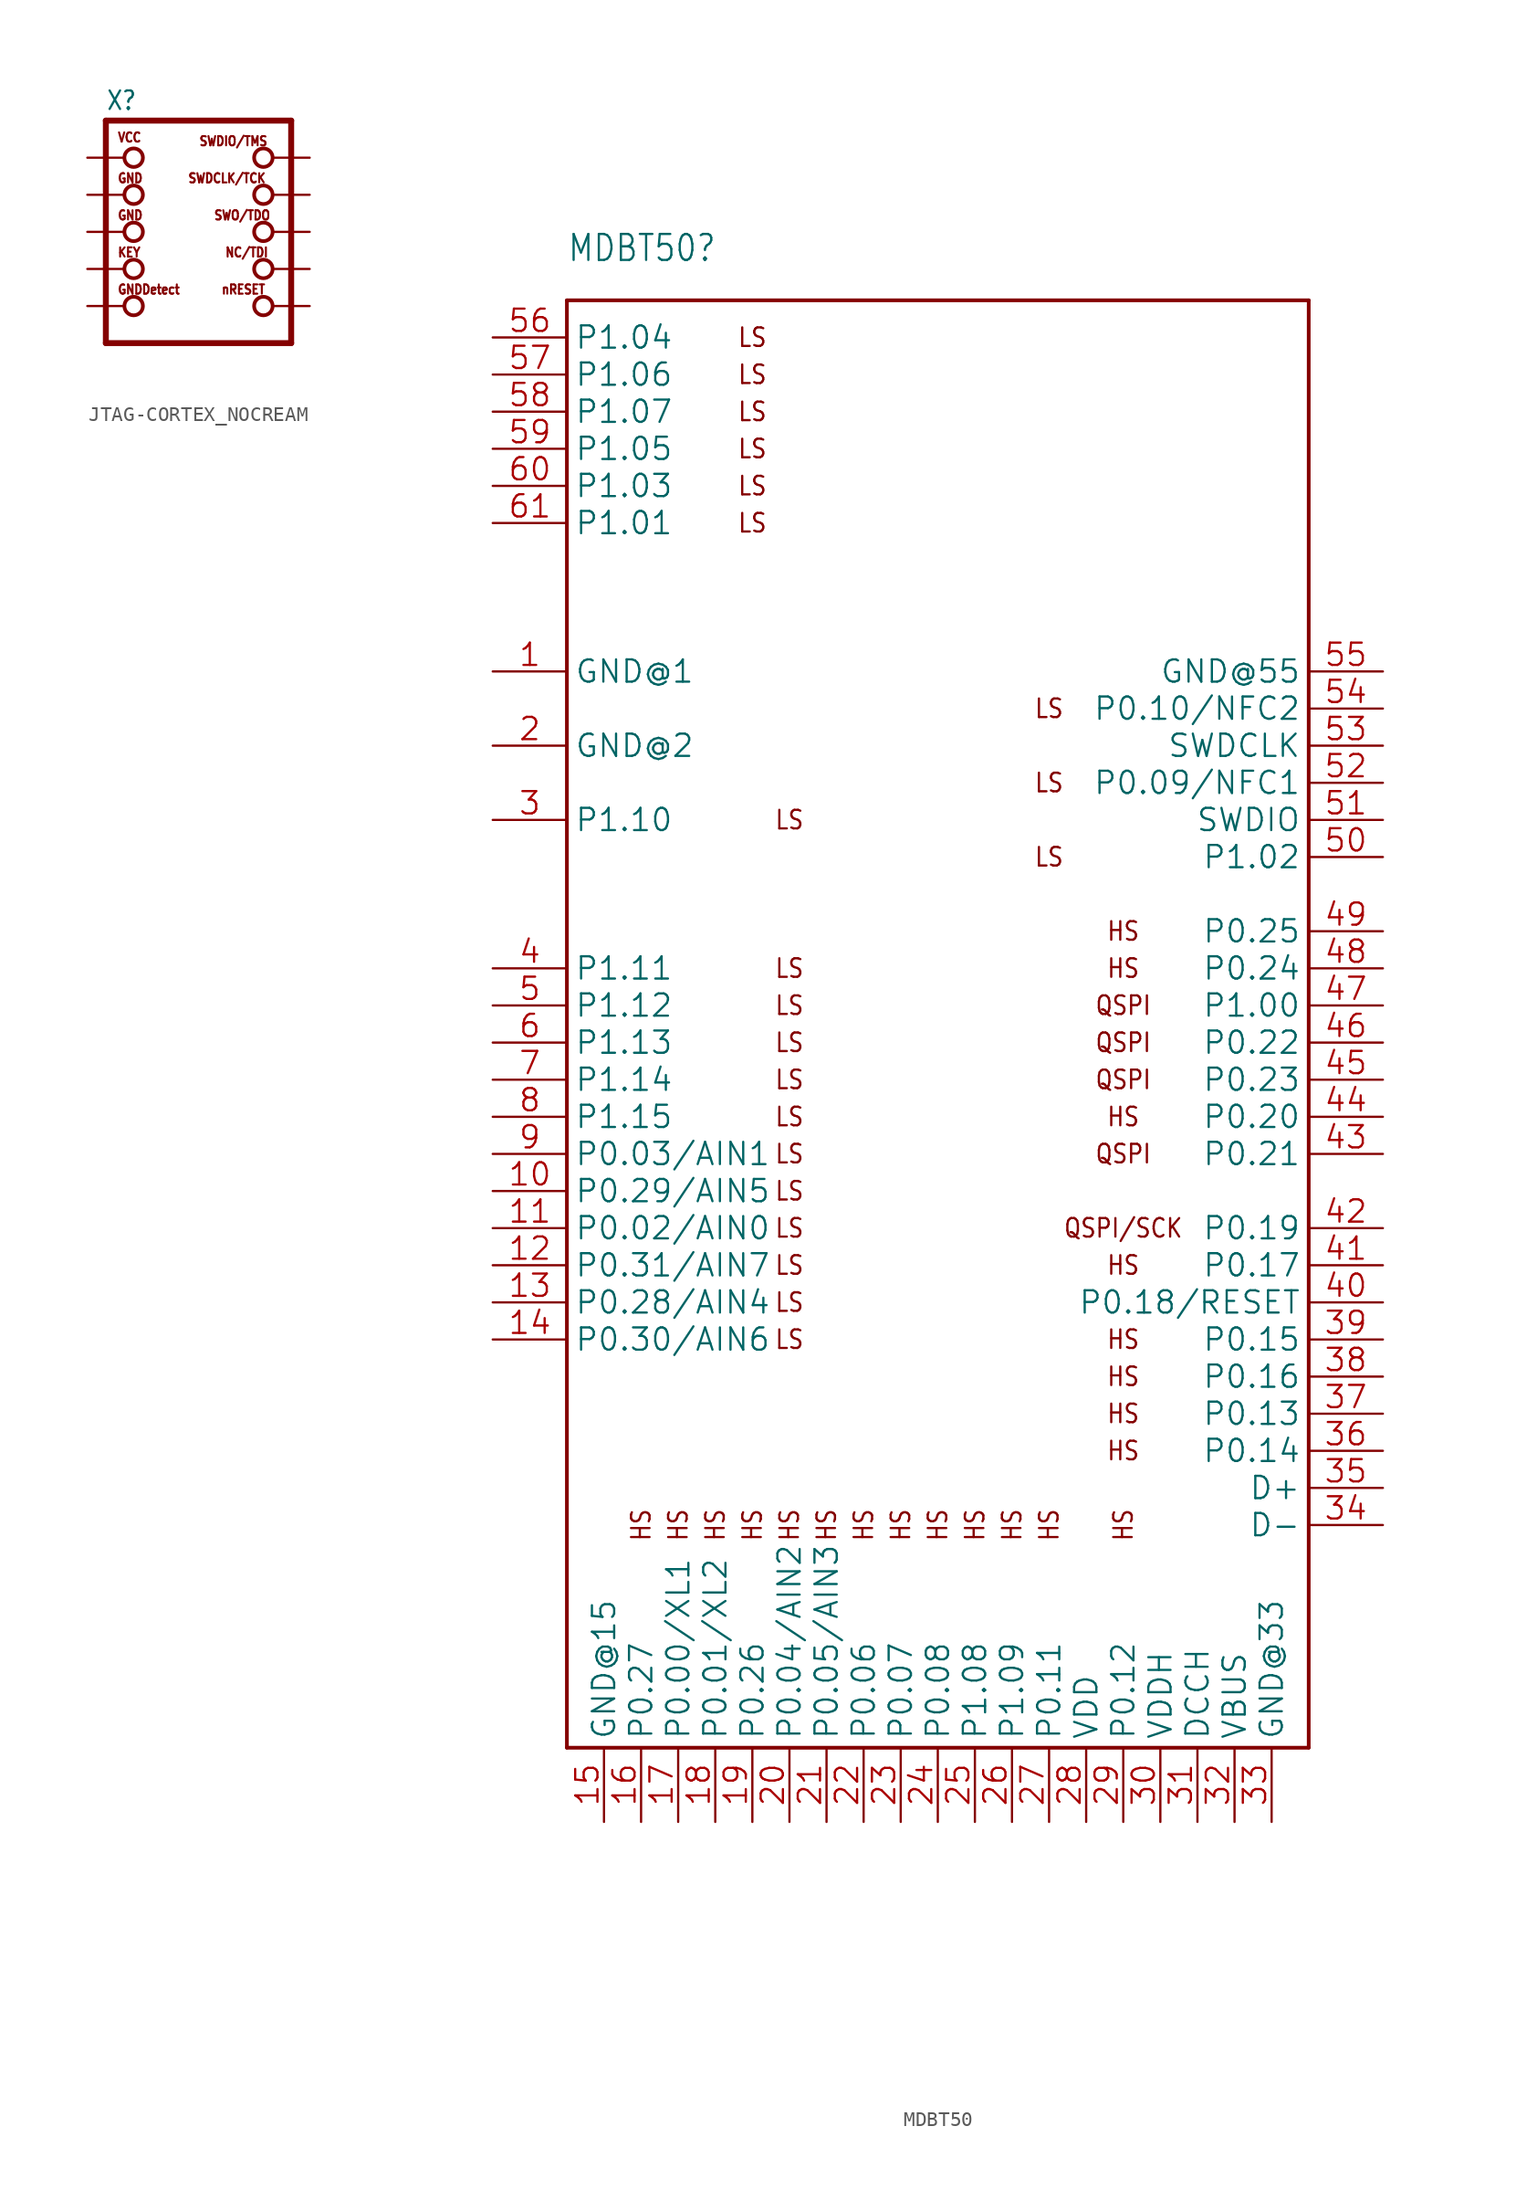
<source format=kicad_sym>
(kicad_symbol_lib
  (version 20241209)
  (generator "kicad_symbol_editor")
  (generator_version "9.0")
  (symbol "JTAG-CORTEX_NOCREAM"
    (property "Reference" "X"
      (at -6.35 8.255 0)
      (effects (font (size 1.27 1.079)) (justify left bottom)))
    (property "Value" ""
      (at -6.35 -9.525 0)
      (effects (font (size 1.27 1.079)) (justify left bottom)))
    (property "ki_locked" ""
      (at 0 0 0)
      (effects (font (size 1.27 1.27))))
    (symbol "JTAG-CORTEX_NOCREAM_1_0"
      (polyline (pts (xy -6.35 7.62) (xy -6.35 -7.62)) (stroke (width 0.406) (type solid)) (fill (type none)))
      (polyline (pts (xy -6.35 7.62) (xy 6.35 7.62)) (stroke (width 0.406) (type solid)) (fill (type none)))
      (circle (center -4.445 5.08) (radius 0.635) (stroke (width 0.254) (type solid)) (fill (type none)))
      (circle (center -4.445 2.54) (radius 0.635) (stroke (width 0.254) (type solid)) (fill (type none)))
      (circle (center -4.445 0) (radius 0.635) (stroke (width 0.254) (type solid)) (fill (type none)))
      (circle (center -4.445 -2.54) (radius 0.635) (stroke (width 0.254) (type solid)) (fill (type none)))
      (circle (center -4.445 -5.08) (radius 0.635) (stroke (width 0.254) (type solid)) (fill (type none)))
      (circle (center 4.445 5.08) (radius 0.635) (stroke (width 0.254) (type solid)) (fill (type none)))
      (circle (center 4.445 2.54) (radius 0.635) (stroke (width 0.254) (type solid)) (fill (type none)))
      (circle (center 4.445 0) (radius 0.635) (stroke (width 0.254) (type solid)) (fill (type none)))
      (circle (center 4.445 -2.54) (radius 0.635) (stroke (width 0.254) (type solid)) (fill (type none)))
      (circle (center 4.445 -5.08) (radius 0.635) (stroke (width 0.254) (type solid)) (fill (type none)))
      (polyline (pts (xy 6.35 -7.62) (xy -6.35 -7.62)) (stroke (width 0.406) (type solid)) (fill (type none)))
      (polyline (pts (xy 6.35 -7.62) (xy 6.35 7.62)) (stroke (width 0.406) (type solid)) (fill (type none)))
      (text "VCC" (at -5.588 6.096 0) (effects (font (size 0.635 0.54)) (justify left bottom)))
      (text "GND" (at -5.588 3.302 0) (effects (font (size 0.635 0.54)) (justify left bottom)))
      (text "GND" (at -5.588 0.762 0) (effects (font (size 0.635 0.54)) (justify left bottom)))
      (text "KEY" (at -5.588 -1.778 0) (effects (font (size 0.635 0.54)) (justify left bottom)))
      (text "GNDDetect" (at -5.588 -4.318 0) (effects (font (size 0.635 0.54)) (justify left bottom)))
      (text "SWDCLK/TCK" (at -0.762 3.302 0) (effects (font (size 0.635 0.54)) (justify left bottom)))
      (text "SWDIO/TMS" (at 0 5.842 0) (effects (font (size 0.635 0.54)) (justify left bottom)))
      (text "SWO/TDO" (at 1.016 0.762 0) (effects (font (size 0.635 0.54)) (justify left bottom)))
      (text "nRESET" (at 1.524 -4.318 0) (effects (font (size 0.635 0.54)) (justify left bottom)))
      (text "NC/TDI" (at 1.778 -1.778 0) (effects (font (size 0.635 0.54)) (justify left bottom)))
      (pin power_in line (at -7.62 5.08 0) (length 2.54) (name "VCC" (effects (font (size 0 0)))) (number "1" (effects (font (size 0 0)))))
      (pin power_in line (at -7.62 2.54 0) (length 2.54) (name "GND@1" (effects (font (size 0 0)))) (number "3" (effects (font (size 0 0)))))
      (pin power_in line (at -7.62 0 0) (length 2.54) (name "GND@2" (effects (font (size 0 0)))) (number "5" (effects (font (size 0 0)))))
      (pin bidirectional line (at -7.62 -2.54 0) (length 2.54) (name "KEY" (effects (font (size 0 0)))) (number "7" (effects (font (size 0 0)))))
      (pin bidirectional line (at -7.62 -5.08 0) (length 2.54) (name "GNDDETECT" (effects (font (size 0 0)))) (number "9" (effects (font (size 0 0)))))
      (pin bidirectional line (at 7.62 5.08 180) (length 2.54) (name "SWDIO" (effects (font (size 0 0)))) (number "2" (effects (font (size 0 0)))))
      (pin bidirectional line (at 7.62 2.54 180) (length 2.54) (name "SWDCLK" (effects (font (size 0 0)))) (number "4" (effects (font (size 0 0)))))
      (pin bidirectional line (at 7.62 0 180) (length 2.54) (name "SWO" (effects (font (size 0 0)))) (number "6" (effects (font (size 0 0)))))
      (pin bidirectional line (at 7.62 -2.54 180) (length 2.54) (name "TDI" (effects (font (size 0 0)))) (number "8" (effects (font (size 0 0)))))
      (pin bidirectional line (at 7.62 -5.08 180) (length 2.54) (name "NRESET" (effects (font (size 0 0)))) (number "10" (effects (font (size 0 0)))))))
  (symbol "MDBT50"
    (property "Reference" "MDBT50"
      (at -25.4 50.8 0)
      (effects (font (size 1.778 1.511)) (justify left bottom)))
    (property "Value" ""
      (at -25.4 -63.5 0)
      (effects (font (size 1.778 1.511)) (justify left bottom)))
    (property "ki_locked" ""
      (at 0 0 0)
      (effects (font (size 1.27 1.27))))
    (symbol "MDBT50_1_0"
      (polyline (pts (xy -25.4 48.26) (xy -25.4 -50.8)) (stroke (width 0.254) (type solid)) (fill (type none)))
      (polyline (pts (xy -25.4 -50.8) (xy 25.4 -50.8)) (stroke (width 0.254) (type solid)) (fill (type none)))
      (polyline (pts (xy 25.4 48.26) (xy -25.4 48.26)) (stroke (width 0.254) (type solid)) (fill (type none)))
      (polyline (pts (xy 25.4 -50.8) (xy 25.4 48.26)) (stroke (width 0.254) (type solid)) (fill (type none)))
      (text "HS" (at -20.32 -35.56 900) (effects (font (size 1.27 1.079))))
      (text "HS" (at -17.78 -35.56 900) (effects (font (size 1.27 1.079))))
      (text "HS" (at -15.24 -35.56 900) (effects (font (size 1.27 1.079))))
      (text "LS" (at -12.7 45.72 0) (effects (font (size 1.27 1.079))))
      (text "LS" (at -12.7 43.18 0) (effects (font (size 1.27 1.079))))
      (text "LS" (at -12.7 40.64 0) (effects (font (size 1.27 1.079))))
      (text "LS" (at -12.7 38.1 0) (effects (font (size 1.27 1.079))))
      (text "LS" (at -12.7 35.56 0) (effects (font (size 1.27 1.079))))
      (text "LS" (at -12.7 33.02 0) (effects (font (size 1.27 1.079))))
      (text "HS" (at -12.7 -35.56 900) (effects (font (size 1.27 1.079))))
      (text "LS" (at -10.16 12.7 0) (effects (font (size 1.27 1.079))))
      (text "LS" (at -10.16 2.54 0) (effects (font (size 1.27 1.079))))
      (text "LS" (at -10.16 0 0) (effects (font (size 1.27 1.079))))
      (text "LS" (at -10.16 -2.54 0) (effects (font (size 1.27 1.079))))
      (text "LS" (at -10.16 -5.08 0) (effects (font (size 1.27 1.079))))
      (text "LS" (at -10.16 -7.62 0) (effects (font (size 1.27 1.079))))
      (text "LS" (at -10.16 -10.16 0) (effects (font (size 1.27 1.079))))
      (text "LS" (at -10.16 -12.7 0) (effects (font (size 1.27 1.079))))
      (text "LS" (at -10.16 -15.24 0) (effects (font (size 1.27 1.079))))
      (text "LS" (at -10.16 -17.78 0) (effects (font (size 1.27 1.079))))
      (text "LS" (at -10.16 -20.32 0) (effects (font (size 1.27 1.079))))
      (text "LS" (at -10.16 -22.86 0) (effects (font (size 1.27 1.079))))
      (text "HS" (at -10.16 -35.56 900) (effects (font (size 1.27 1.079))))
      (text "HS" (at -7.62 -35.56 900) (effects (font (size 1.27 1.079))))
      (text "HS" (at -5.08 -35.56 900) (effects (font (size 1.27 1.079))))
      (text "HS" (at -2.54 -35.56 900) (effects (font (size 1.27 1.079))))
      (text "HS" (at 0 -35.56 900) (effects (font (size 1.27 1.079))))
      (text "HS" (at 2.54 -35.56 900) (effects (font (size 1.27 1.079))))
      (text "HS" (at 5.08 -35.56 900) (effects (font (size 1.27 1.079))))
      (text "LS" (at 7.62 20.32 0) (effects (font (size 1.27 1.079))))
      (text "LS" (at 7.62 15.24 0) (effects (font (size 1.27 1.079))))
      (text "LS" (at 7.62 10.16 0) (effects (font (size 1.27 1.079))))
      (text "HS" (at 7.62 -35.56 900) (effects (font (size 1.27 1.079))))
      (text "HS" (at 12.7 5.08 0) (effects (font (size 1.27 1.079))))
      (text "HS" (at 12.7 2.54 0) (effects (font (size 1.27 1.079))))
      (text "QSPI" (at 12.7 0 0) (effects (font (size 1.27 1.079))))
      (text "QSPI" (at 12.7 -2.54 0) (effects (font (size 1.27 1.079))))
      (text "QSPI" (at 12.7 -5.08 0) (effects (font (size 1.27 1.079))))
      (text "HS" (at 12.7 -7.62 0) (effects (font (size 1.27 1.079))))
      (text "QSPI" (at 12.7 -10.16 0) (effects (font (size 1.27 1.079))))
      (text "QSPI/SCK" (at 12.7 -15.24 0) (effects (font (size 1.27 1.079))))
      (text "HS" (at 12.7 -17.78 0) (effects (font (size 1.27 1.079))))
      (text "HS" (at 12.7 -22.86 0) (effects (font (size 1.27 1.079))))
      (text "HS" (at 12.7 -25.4 0) (effects (font (size 1.27 1.079))))
      (text "HS" (at 12.7 -27.94 0) (effects (font (size 1.27 1.079))))
      (text "HS" (at 12.7 -30.48 0) (effects (font (size 1.27 1.079))))
      (text "HS" (at 12.7 -35.56 900) (effects (font (size 1.27 1.079))))
      (pin bidirectional line (at -30.48 45.72 0) (length 5.08) (name "P1.04" (effects (font (size 1.524 1.524)))) (number "56" (effects (font (size 1.524 1.524)))))
      (pin bidirectional line (at -30.48 43.18 0) (length 5.08) (name "P1.06" (effects (font (size 1.524 1.524)))) (number "57" (effects (font (size 1.524 1.524)))))
      (pin bidirectional line (at -30.48 40.64 0) (length 5.08) (name "P1.07" (effects (font (size 1.524 1.524)))) (number "58" (effects (font (size 1.524 1.524)))))
      (pin bidirectional line (at -30.48 38.1 0) (length 5.08) (name "P1.05" (effects (font (size 1.524 1.524)))) (number "59" (effects (font (size 1.524 1.524)))))
      (pin bidirectional line (at -30.48 35.56 0) (length 5.08) (name "P1.03" (effects (font (size 1.524 1.524)))) (number "60" (effects (font (size 1.524 1.524)))))
      (pin bidirectional line (at -30.48 33.02 0) (length 5.08) (name "P1.01" (effects (font (size 1.524 1.524)))) (number "61" (effects (font (size 1.524 1.524)))))
      (pin bidirectional line (at -30.48 22.86 0) (length 5.08) (name "GND@1" (effects (font (size 1.524 1.524)))) (number "1" (effects (font (size 1.524 1.524)))))
      (pin bidirectional line (at -30.48 17.78 0) (length 5.08) (name "GND@2" (effects (font (size 1.524 1.524)))) (number "2" (effects (font (size 1.524 1.524)))))
      (pin bidirectional line (at -30.48 12.7 0) (length 5.08) (name "P1.10" (effects (font (size 1.524 1.524)))) (number "3" (effects (font (size 1.524 1.524)))))
      (pin bidirectional line (at -30.48 2.54 0) (length 5.08) (name "P1.11" (effects (font (size 1.524 1.524)))) (number "4" (effects (font (size 1.524 1.524)))))
      (pin bidirectional line (at -30.48 0 0) (length 5.08) (name "P1.12" (effects (font (size 1.524 1.524)))) (number "5" (effects (font (size 1.524 1.524)))))
      (pin bidirectional line (at -30.48 -2.54 0) (length 5.08) (name "P1.13" (effects (font (size 1.524 1.524)))) (number "6" (effects (font (size 1.524 1.524)))))
      (pin bidirectional line (at -30.48 -5.08 0) (length 5.08) (name "P1.14" (effects (font (size 1.524 1.524)))) (number "7" (effects (font (size 1.524 1.524)))))
      (pin bidirectional line (at -30.48 -7.62 0) (length 5.08) (name "P1.15" (effects (font (size 1.524 1.524)))) (number "8" (effects (font (size 1.524 1.524)))))
      (pin bidirectional line (at -30.48 -10.16 0) (length 5.08) (name "P0.03/AIN1" (effects (font (size 1.524 1.524)))) (number "9" (effects (font (size 1.524 1.524)))))
      (pin bidirectional line (at -30.48 -12.7 0) (length 5.08) (name "P0.29/AIN5" (effects (font (size 1.524 1.524)))) (number "10" (effects (font (size 1.524 1.524)))))
      (pin bidirectional line (at -30.48 -15.24 0) (length 5.08) (name "P0.02/AIN0" (effects (font (size 1.524 1.524)))) (number "11" (effects (font (size 1.524 1.524)))))
      (pin bidirectional line (at -30.48 -17.78 0) (length 5.08) (name "P0.31/AIN7" (effects (font (size 1.524 1.524)))) (number "12" (effects (font (size 1.524 1.524)))))
      (pin bidirectional line (at -30.48 -20.32 0) (length 5.08) (name "P0.28/AIN4" (effects (font (size 1.524 1.524)))) (number "13" (effects (font (size 1.524 1.524)))))
      (pin bidirectional line (at -30.48 -22.86 0) (length 5.08) (name "P0.30/AIN6" (effects (font (size 1.524 1.524)))) (number "14" (effects (font (size 1.524 1.524)))))
      (pin bidirectional line (at -22.86 -55.88 90) (length 5.08) (name "GND@15" (effects (font (size 1.524 1.524)))) (number "15" (effects (font (size 1.524 1.524)))))
      (pin bidirectional line (at -20.32 -55.88 90) (length 5.08) (name "P0.27" (effects (font (size 1.524 1.524)))) (number "16" (effects (font (size 1.524 1.524)))))
      (pin bidirectional line (at -17.78 -55.88 90) (length 5.08) (name "P0.00/XL1" (effects (font (size 1.524 1.524)))) (number "17" (effects (font (size 1.524 1.524)))))
      (pin bidirectional line (at -15.24 -55.88 90) (length 5.08) (name "P0.01/XL2" (effects (font (size 1.524 1.524)))) (number "18" (effects (font (size 1.524 1.524)))))
      (pin bidirectional line (at -12.7 -55.88 90) (length 5.08) (name "P0.26" (effects (font (size 1.524 1.524)))) (number "19" (effects (font (size 1.524 1.524)))))
      (pin bidirectional line (at -10.16 -55.88 90) (length 5.08) (name "P0.04/AIN2" (effects (font (size 1.524 1.524)))) (number "20" (effects (font (size 1.524 1.524)))))
      (pin bidirectional line (at -7.62 -55.88 90) (length 5.08) (name "P0.05/AIN3" (effects (font (size 1.524 1.524)))) (number "21" (effects (font (size 1.524 1.524)))))
      (pin bidirectional line (at -5.08 -55.88 90) (length 5.08) (name "P0.06" (effects (font (size 1.524 1.524)))) (number "22" (effects (font (size 1.524 1.524)))))
      (pin bidirectional line (at -2.54 -55.88 90) (length 5.08) (name "P0.07" (effects (font (size 1.524 1.524)))) (number "23" (effects (font (size 1.524 1.524)))))
      (pin bidirectional line (at 0 -55.88 90) (length 5.08) (name "P0.08" (effects (font (size 1.524 1.524)))) (number "24" (effects (font (size 1.524 1.524)))))
      (pin bidirectional line (at 2.54 -55.88 90) (length 5.08) (name "P1.08" (effects (font (size 1.524 1.524)))) (number "25" (effects (font (size 1.524 1.524)))))
      (pin bidirectional line (at 5.08 -55.88 90) (length 5.08) (name "P1.09" (effects (font (size 1.524 1.524)))) (number "26" (effects (font (size 1.524 1.524)))))
      (pin bidirectional line (at 7.62 -55.88 90) (length 5.08) (name "P0.11" (effects (font (size 1.524 1.524)))) (number "27" (effects (font (size 1.524 1.524)))))
      (pin bidirectional line (at 10.16 -55.88 90) (length 5.08) (name "VDD" (effects (font (size 1.524 1.524)))) (number "28" (effects (font (size 1.524 1.524)))))
      (pin bidirectional line (at 12.7 -55.88 90) (length 5.08) (name "P0.12" (effects (font (size 1.524 1.524)))) (number "29" (effects (font (size 1.524 1.524)))))
      (pin bidirectional line (at 15.24 -55.88 90) (length 5.08) (name "VDDH" (effects (font (size 1.524 1.524)))) (number "30" (effects (font (size 1.524 1.524)))))
      (pin bidirectional line (at 17.78 -55.88 90) (length 5.08) (name "DCCH" (effects (font (size 1.524 1.524)))) (number "31" (effects (font (size 1.524 1.524)))))
      (pin bidirectional line (at 20.32 -55.88 90) (length 5.08) (name "VBUS" (effects (font (size 1.524 1.524)))) (number "32" (effects (font (size 1.524 1.524)))))
      (pin bidirectional line (at 22.86 -55.88 90) (length 5.08) (name "GND@33" (effects (font (size 1.524 1.524)))) (number "33" (effects (font (size 1.524 1.524)))))
      (pin bidirectional line (at 30.48 22.86 180) (length 5.08) (name "GND@55" (effects (font (size 1.524 1.524)))) (number "55" (effects (font (size 1.524 1.524)))))
      (pin bidirectional line (at 30.48 20.32 180) (length 5.08) (name "P0.10/NFC2" (effects (font (size 1.524 1.524)))) (number "54" (effects (font (size 1.524 1.524)))))
      (pin bidirectional line (at 30.48 17.78 180) (length 5.08) (name "SWDCLK" (effects (font (size 1.524 1.524)))) (number "53" (effects (font (size 1.524 1.524)))))
      (pin bidirectional line (at 30.48 15.24 180) (length 5.08) (name "P0.09/NFC1" (effects (font (size 1.524 1.524)))) (number "52" (effects (font (size 1.524 1.524)))))
      (pin bidirectional line (at 30.48 12.7 180) (length 5.08) (name "SWDIO" (effects (font (size 1.524 1.524)))) (number "51" (effects (font (size 1.524 1.524)))))
      (pin bidirectional line (at 30.48 10.16 180) (length 5.08) (name "P1.02" (effects (font (size 1.524 1.524)))) (number "50" (effects (font (size 1.524 1.524)))))
      (pin bidirectional line (at 30.48 5.08 180) (length 5.08) (name "P0.25" (effects (font (size 1.524 1.524)))) (number "49" (effects (font (size 1.524 1.524)))))
      (pin bidirectional line (at 30.48 2.54 180) (length 5.08) (name "P0.24" (effects (font (size 1.524 1.524)))) (number "48" (effects (font (size 1.524 1.524)))))
      (pin bidirectional line (at 30.48 0 180) (length 5.08) (name "P1.00" (effects (font (size 1.524 1.524)))) (number "47" (effects (font (size 1.524 1.524)))))
      (pin bidirectional line (at 30.48 -2.54 180) (length 5.08) (name "P0.22" (effects (font (size 1.524 1.524)))) (number "46" (effects (font (size 1.524 1.524)))))
      (pin bidirectional line (at 30.48 -5.08 180) (length 5.08) (name "P0.23" (effects (font (size 1.524 1.524)))) (number "45" (effects (font (size 1.524 1.524)))))
      (pin bidirectional line (at 30.48 -7.62 180) (length 5.08) (name "P0.20" (effects (font (size 1.524 1.524)))) (number "44" (effects (font (size 1.524 1.524)))))
      (pin bidirectional line (at 30.48 -10.16 180) (length 5.08) (name "P0.21" (effects (font (size 1.524 1.524)))) (number "43" (effects (font (size 1.524 1.524)))))
      (pin bidirectional line (at 30.48 -15.24 180) (length 5.08) (name "P0.19" (effects (font (size 1.524 1.524)))) (number "42" (effects (font (size 1.524 1.524)))))
      (pin bidirectional line (at 30.48 -17.78 180) (length 5.08) (name "P0.17" (effects (font (size 1.524 1.524)))) (number "41" (effects (font (size 1.524 1.524)))))
      (pin bidirectional line (at 30.48 -20.32 180) (length 5.08) (name "P0.18/RESET" (effects (font (size 1.524 1.524)))) (number "40" (effects (font (size 1.524 1.524)))))
      (pin bidirectional line (at 30.48 -22.86 180) (length 5.08) (name "P0.15" (effects (font (size 1.524 1.524)))) (number "39" (effects (font (size 1.524 1.524)))))
      (pin bidirectional line (at 30.48 -25.4 180) (length 5.08) (name "P0.16" (effects (font (size 1.524 1.524)))) (number "38" (effects (font (size 1.524 1.524)))))
      (pin bidirectional line (at 30.48 -27.94 180) (length 5.08) (name "P0.13" (effects (font (size 1.524 1.524)))) (number "37" (effects (font (size 1.524 1.524)))))
      (pin bidirectional line (at 30.48 -30.48 180) (length 5.08) (name "P0.14" (effects (font (size 1.524 1.524)))) (number "36" (effects (font (size 1.524 1.524)))))
      (pin bidirectional line (at 30.48 -33.02 180) (length 5.08) (name "D+" (effects (font (size 1.524 1.524)))) (number "35" (effects (font (size 1.524 1.524)))))
      (pin bidirectional line (at 30.48 -35.56 180) (length 5.08) (name "D-" (effects (font (size 1.524 1.524)))) (number "34" (effects (font (size 1.524 1.524))))))))
</source>
